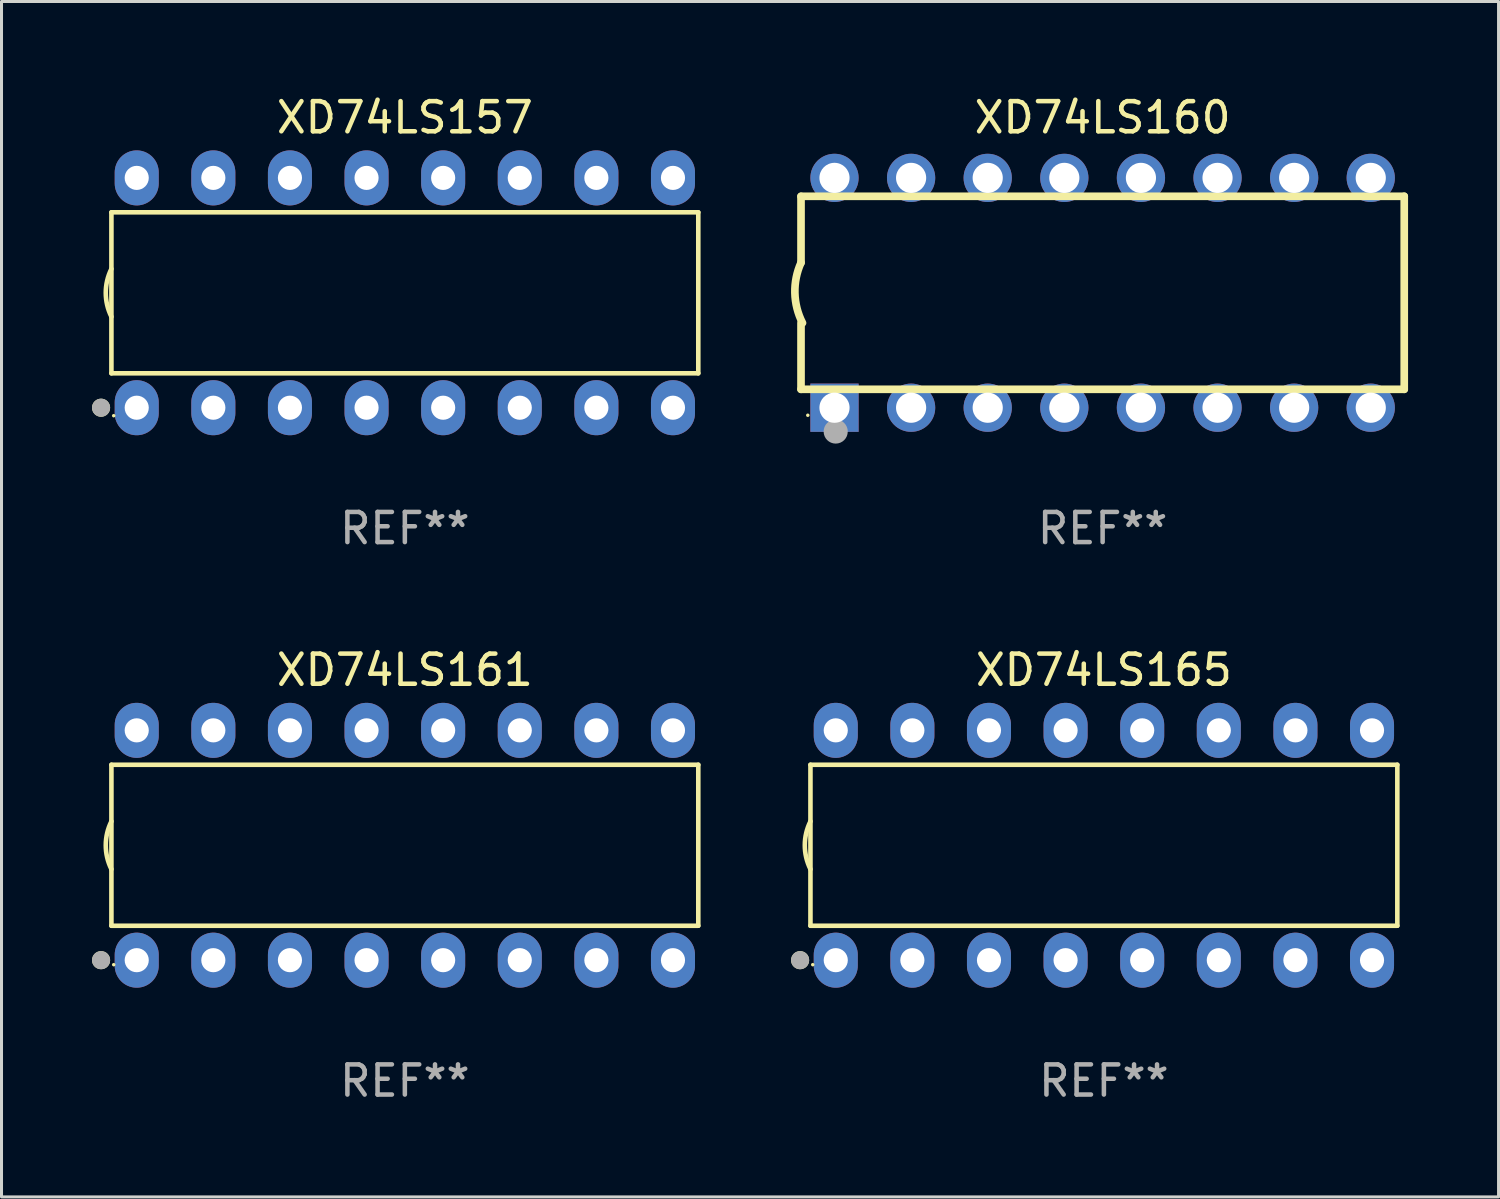
<source format=kicad_pcb>
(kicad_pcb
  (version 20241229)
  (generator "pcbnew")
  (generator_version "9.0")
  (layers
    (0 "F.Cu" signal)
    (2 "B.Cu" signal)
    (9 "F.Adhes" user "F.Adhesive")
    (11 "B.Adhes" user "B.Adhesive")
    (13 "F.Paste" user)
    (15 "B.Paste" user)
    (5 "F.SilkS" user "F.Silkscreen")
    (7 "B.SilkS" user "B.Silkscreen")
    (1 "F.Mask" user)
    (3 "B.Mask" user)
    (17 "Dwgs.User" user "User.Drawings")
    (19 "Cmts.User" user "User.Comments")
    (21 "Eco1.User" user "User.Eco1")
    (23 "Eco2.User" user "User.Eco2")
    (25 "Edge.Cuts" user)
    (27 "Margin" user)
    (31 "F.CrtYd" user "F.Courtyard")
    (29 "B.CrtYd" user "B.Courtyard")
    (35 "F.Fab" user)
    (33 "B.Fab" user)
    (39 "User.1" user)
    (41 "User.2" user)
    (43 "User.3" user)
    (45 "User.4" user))
  (footprint "XD74LS157"
    (layer "F.Cu")
    (at 10.373 6.658)
    (property "Reference" "XD74LS157" (at 0 -5.81 0) (layer "F.SilkS") (effects (font (size 1 1) (thickness 0.15))))
    (attr through_hole)
    (fp_line (start -9.729 -2.669) (end 9.729 -2.669) (stroke (width 0.152) (type solid)) (layer "F.SilkS"))
    (fp_line (start -9.729 2.669) (end -9.729 -2.669) (stroke (width 0.152) (type solid)) (layer "F.SilkS"))
    (fp_line (start 9.729 -2.669) (end 9.729 2.669) (stroke (width 0.152) (type solid)) (layer "F.SilkS"))
    (fp_line (start 9.729 2.669) (end -9.729 2.669) (stroke (width 0.152) (type solid)) (layer "F.SilkS"))
    (fp_arc (start -9.728727 0.793751) (mid -9.916106 0) (end -9.728727 -0.793752) (stroke (width 0.1524) (type solid)) (layer "F.SilkS"))
    (fp_circle (center -10.072 3.81) (end -9.922 3.81) (stroke (width 0.3) (type solid)) (fill no) (layer "F.SilkS"))
    (fp_circle (center -9.653 4.075) (end -9.623 4.075) (stroke (width 0.06) (type solid)) (fill no) (layer "F.SilkS"))
    (fp_circle (center -10.072 3.81) (end -9.922 3.81) (stroke (width 0.3) (type solid)) (fill no) (layer "F.Fab"))
    (fp_text user "REF**" (at 0 7.81 0) (layer "F.Fab") (effects (font (size 1 1) (thickness 0.15))))
    (pad "1" thru_hole oval (at -8.89 3.81) (size 1.46 1.825) (drill 0.8) (layers "*.Cu" "*.Mask"))
    (pad "2" thru_hole oval (at -6.35 3.81) (size 1.46 1.825) (drill 0.8) (layers "*.Cu" "*.Mask"))
    (pad "3" thru_hole oval (at -3.81 3.81) (size 1.46 1.825) (drill 0.8) (layers "*.Cu" "*.Mask"))
    (pad "4" thru_hole oval (at -1.27 3.81) (size 1.46 1.825) (drill 0.8) (layers "*.Cu" "*.Mask"))
    (pad "5" thru_hole oval (at 1.27 3.81) (size 1.46 1.825) (drill 0.8) (layers "*.Cu" "*.Mask"))
    (pad "6" thru_hole oval (at 3.81 3.81) (size 1.46 1.825) (drill 0.8) (layers "*.Cu" "*.Mask"))
    (pad "7" thru_hole oval (at 6.35 3.81) (size 1.46 1.825) (drill 0.8) (layers "*.Cu" "*.Mask"))
    (pad "8" thru_hole oval (at 8.89 3.81) (size 1.46 1.825) (drill 0.8) (layers "*.Cu" "*.Mask"))
    (pad "9" thru_hole oval (at 8.89 -3.81) (size 1.46 1.825) (drill 0.8) (layers "*.Cu" "*.Mask"))
    (pad "10" thru_hole oval (at 6.35 -3.81) (size 1.46 1.825) (drill 0.8) (layers "*.Cu" "*.Mask"))
    (pad "11" thru_hole oval (at 3.81 -3.81) (size 1.46 1.825) (drill 0.8) (layers "*.Cu" "*.Mask"))
    (pad "12" thru_hole oval (at 1.27 -3.81) (size 1.46 1.825) (drill 0.8) (layers "*.Cu" "*.Mask"))
    (pad "13" thru_hole oval (at -1.27 -3.81) (size 1.46 1.825) (drill 0.8) (layers "*.Cu" "*.Mask"))
    (pad "14" thru_hole oval (at -3.81 -3.81) (size 1.46 1.825) (drill 0.8) (layers "*.Cu" "*.Mask"))
    (pad "15" thru_hole oval (at -6.35 -3.81) (size 1.46 1.825) (drill 0.8) (layers "*.Cu" "*.Mask"))
    (pad "16" thru_hole oval (at -8.89 -3.81) (size 1.46 1.825) (drill 0.8) (layers "*.Cu" "*.Mask")))
  (footprint "XD74LS160"
    (layer "F.Cu")
    (at 33.508 6.658)
    (property "Reference" "XD74LS160" (at 0 -5.81 0) (layer "F.SilkS") (effects (font (size 1 1) (thickness 0.15))))
    (attr through_hole)
    (fp_line (start -10 -0.998) (end -10 -3.198) (stroke (width 0.254) (type solid)) (layer "F.SilkS"))
    (fp_line (start -10 3.2) (end -10 1) (stroke (width 0.254) (type solid)) (layer "F.SilkS"))
    (fp_line (start 10 -3.2) (end -10 -3.2) (stroke (width 0.254) (type solid)) (layer "F.SilkS"))
    (fp_line (start 10 3.2) (end -10 3.2) (stroke (width 0.254) (type solid)) (layer "F.SilkS"))
    (fp_line (start 10 3.2) (end 10 -3.2) (stroke (width 0.254) (type solid)) (layer "F.SilkS"))
    (fp_arc (start -9.949975 0.999974) (mid -10.203153 0.005693) (end -9.999987 -1) (stroke (width 0.254001) (type solid)) (layer "F.SilkS"))
    (fp_circle (center -9.775 4.06) (end -9.745 4.06) (stroke (width 0.06) (type solid)) (fill no) (layer "F.SilkS"))
    (fp_circle (center -8.85 4.6) (end -8.65 4.6) (stroke (width 0.4) (type solid)) (fill no) (layer "F.Fab"))
    (fp_text user "REF**" (at 0 7.81 0) (layer "F.Fab") (effects (font (size 1 1) (thickness 0.15))))
    (pad "1" thru_hole rect (at -8.89 3.81 90) (size 1.6 1.6) (drill 1) (layers "*.Cu" "*.Mask"))
    (pad "2" thru_hole circle (at -6.35 3.81) (size 1.6 1.6) (drill 1) (layers "*.Cu" "*.Mask"))
    (pad "3" thru_hole circle (at -3.81 3.81) (size 1.6 1.6) (drill 1) (layers "*.Cu" "*.Mask"))
    (pad "4" thru_hole circle (at -1.27 3.81) (size 1.6 1.6) (drill 1) (layers "*.Cu" "*.Mask"))
    (pad "5" thru_hole circle (at 1.27 3.81) (size 1.6 1.6) (drill 1) (layers "*.Cu" "*.Mask"))
    (pad "6" thru_hole circle (at 3.81 3.81) (size 1.6 1.6) (drill 1) (layers "*.Cu" "*.Mask"))
    (pad "7" thru_hole circle (at 6.35 3.81) (size 1.6 1.6) (drill 1) (layers "*.Cu" "*.Mask"))
    (pad "8" thru_hole circle (at 8.89 3.81) (size 1.6 1.6) (drill 1) (layers "*.Cu" "*.Mask"))
    (pad "9" thru_hole circle (at 8.89 -3.81) (size 1.6 1.6) (drill 1) (layers "*.Cu" "*.Mask"))
    (pad "10" thru_hole circle (at 6.35 -3.81) (size 1.6 1.6) (drill 1) (layers "*.Cu" "*.Mask"))
    (pad "11" thru_hole circle (at 3.81 -3.81) (size 1.6 1.6) (drill 1) (layers "*.Cu" "*.Mask"))
    (pad "12" thru_hole circle (at 1.27 -3.81) (size 1.6 1.6) (drill 1) (layers "*.Cu" "*.Mask"))
    (pad "13" thru_hole circle (at -1.27 -3.81) (size 1.6 1.6) (drill 1) (layers "*.Cu" "*.Mask"))
    (pad "14" thru_hole circle (at -3.81 -3.81) (size 1.6 1.6) (drill 1) (layers "*.Cu" "*.Mask"))
    (pad "15" thru_hole circle (at -6.35 -3.81) (size 1.6 1.6) (drill 1) (layers "*.Cu" "*.Mask"))
    (pad "16" thru_hole circle (at -8.89 -3.81) (size 1.6 1.6) (drill 1) (layers "*.Cu" "*.Mask")))
  (footprint "XD74LS165"
    (layer "F.Cu")
    (at 33.55 24.975)
    (property "Reference" "XD74LS165" (at 0 -5.81 0) (layer "F.SilkS") (effects (font (size 1 1) (thickness 0.15))))
    (attr through_hole)
    (fp_line (start -9.729 -2.669) (end 9.729 -2.669) (stroke (width 0.152) (type solid)) (layer "F.SilkS"))
    (fp_line (start -9.729 2.669) (end -9.729 -2.669) (stroke (width 0.152) (type solid)) (layer "F.SilkS"))
    (fp_line (start 9.729 -2.669) (end 9.729 2.669) (stroke (width 0.152) (type solid)) (layer "F.SilkS"))
    (fp_line (start 9.729 2.669) (end -9.729 2.669) (stroke (width 0.152) (type solid)) (layer "F.SilkS"))
    (fp_arc (start -9.728727 0.793751) (mid -9.916106 0) (end -9.728727 -0.793752) (stroke (width 0.1524) (type solid)) (layer "F.SilkS"))
    (fp_circle (center -10.072 3.81) (end -9.922 3.81) (stroke (width 0.3) (type solid)) (fill no) (layer "F.SilkS"))
    (fp_circle (center -9.653 3.96) (end -9.623 3.96) (stroke (width 0.06) (type solid)) (fill no) (layer "F.SilkS"))
    (fp_circle (center -10.072 3.81) (end -9.922 3.81) (stroke (width 0.3) (type solid)) (fill no) (layer "F.Fab"))
    (fp_text user "REF**" (at 0 7.81 0) (layer "F.Fab") (effects (font (size 1 1) (thickness 0.15))))
    (pad "1" thru_hole oval (at -8.89 3.81) (size 1.46 1.825) (drill 0.8) (layers "*.Cu" "*.Mask"))
    (pad "2" thru_hole oval (at -6.35 3.81) (size 1.46 1.825) (drill 0.8) (layers "*.Cu" "*.Mask"))
    (pad "3" thru_hole oval (at -3.81 3.81) (size 1.46 1.825) (drill 0.8) (layers "*.Cu" "*.Mask"))
    (pad "4" thru_hole oval (at -1.27 3.81) (size 1.46 1.825) (drill 0.8) (layers "*.Cu" "*.Mask"))
    (pad "5" thru_hole oval (at 1.27 3.81) (size 1.46 1.825) (drill 0.8) (layers "*.Cu" "*.Mask"))
    (pad "6" thru_hole oval (at 3.81 3.81) (size 1.46 1.825) (drill 0.8) (layers "*.Cu" "*.Mask"))
    (pad "7" thru_hole oval (at 6.35 3.81) (size 1.46 1.825) (drill 0.8) (layers "*.Cu" "*.Mask"))
    (pad "8" thru_hole oval (at 8.89 3.81) (size 1.46 1.825) (drill 0.8) (layers "*.Cu" "*.Mask"))
    (pad "9" thru_hole oval (at 8.89 -3.81) (size 1.46 1.825) (drill 0.8) (layers "*.Cu" "*.Mask"))
    (pad "10" thru_hole oval (at 6.35 -3.81) (size 1.46 1.825) (drill 0.8) (layers "*.Cu" "*.Mask"))
    (pad "11" thru_hole oval (at 3.81 -3.81) (size 1.46 1.825) (drill 0.8) (layers "*.Cu" "*.Mask"))
    (pad "12" thru_hole oval (at 1.27 -3.81) (size 1.46 1.825) (drill 0.8) (layers "*.Cu" "*.Mask"))
    (pad "13" thru_hole oval (at -1.27 -3.81) (size 1.46 1.825) (drill 0.8) (layers "*.Cu" "*.Mask"))
    (pad "14" thru_hole oval (at -3.81 -3.81) (size 1.46 1.825) (drill 0.8) (layers "*.Cu" "*.Mask"))
    (pad "15" thru_hole oval (at -6.35 -3.81) (size 1.46 1.825) (drill 0.8) (layers "*.Cu" "*.Mask"))
    (pad "16" thru_hole oval (at -8.89 -3.81) (size 1.46 1.825) (drill 0.8) (layers "*.Cu" "*.Mask")))
  (footprint "XD74LS161"
    (layer "F.Cu")
    (at 10.373 24.975)
    (property "Reference" "XD74LS161" (at 0 -5.81 0) (layer "F.SilkS") (effects (font (size 1 1) (thickness 0.15))))
    (attr through_hole)
    (fp_line (start -9.729 -2.669) (end 9.729 -2.669) (stroke (width 0.152) (type solid)) (layer "F.SilkS"))
    (fp_line (start -9.729 2.669) (end -9.729 -2.669) (stroke (width 0.152) (type solid)) (layer "F.SilkS"))
    (fp_line (start 9.729 -2.669) (end 9.729 2.669) (stroke (width 0.152) (type solid)) (layer "F.SilkS"))
    (fp_line (start 9.729 2.669) (end -9.729 2.669) (stroke (width 0.152) (type solid)) (layer "F.SilkS"))
    (fp_arc (start -9.728727 0.793751) (mid -9.916106 0) (end -9.728727 -0.793752) (stroke (width 0.1524) (type solid)) (layer "F.SilkS"))
    (fp_circle (center -10.072 3.81) (end -9.922 3.81) (stroke (width 0.3) (type solid)) (fill no) (layer "F.SilkS"))
    (fp_circle (center -9.653 3.96) (end -9.623 3.96) (stroke (width 0.06) (type solid)) (fill no) (layer "F.SilkS"))
    (fp_circle (center -10.072 3.81) (end -9.922 3.81) (stroke (width 0.3) (type solid)) (fill no) (layer "F.Fab"))
    (fp_text user "REF**" (at 0 7.81 0) (layer "F.Fab") (effects (font (size 1 1) (thickness 0.15))))
    (pad "1" thru_hole oval (at -8.89 3.81) (size 1.46 1.825) (drill 0.8) (layers "*.Cu" "*.Mask"))
    (pad "2" thru_hole oval (at -6.35 3.81) (size 1.46 1.825) (drill 0.8) (layers "*.Cu" "*.Mask"))
    (pad "3" thru_hole oval (at -3.81 3.81) (size 1.46 1.825) (drill 0.8) (layers "*.Cu" "*.Mask"))
    (pad "4" thru_hole oval (at -1.27 3.81) (size 1.46 1.825) (drill 0.8) (layers "*.Cu" "*.Mask"))
    (pad "5" thru_hole oval (at 1.27 3.81) (size 1.46 1.825) (drill 0.8) (layers "*.Cu" "*.Mask"))
    (pad "6" thru_hole oval (at 3.81 3.81) (size 1.46 1.825) (drill 0.8) (layers "*.Cu" "*.Mask"))
    (pad "7" thru_hole oval (at 6.35 3.81) (size 1.46 1.825) (drill 0.8) (layers "*.Cu" "*.Mask"))
    (pad "8" thru_hole oval (at 8.89 3.81) (size 1.46 1.825) (drill 0.8) (layers "*.Cu" "*.Mask"))
    (pad "9" thru_hole oval (at 8.89 -3.81) (size 1.46 1.825) (drill 0.8) (layers "*.Cu" "*.Mask"))
    (pad "10" thru_hole oval (at 6.35 -3.81) (size 1.46 1.825) (drill 0.8) (layers "*.Cu" "*.Mask"))
    (pad "11" thru_hole oval (at 3.81 -3.81) (size 1.46 1.825) (drill 0.8) (layers "*.Cu" "*.Mask"))
    (pad "12" thru_hole oval (at 1.27 -3.81) (size 1.46 1.825) (drill 0.8) (layers "*.Cu" "*.Mask"))
    (pad "13" thru_hole oval (at -1.27 -3.81) (size 1.46 1.825) (drill 0.8) (layers "*.Cu" "*.Mask"))
    (pad "14" thru_hole oval (at -3.81 -3.81) (size 1.46 1.825) (drill 0.8) (layers "*.Cu" "*.Mask"))
    (pad "15" thru_hole oval (at -6.35 -3.81) (size 1.46 1.825) (drill 0.8) (layers "*.Cu" "*.Mask"))
    (pad "16" thru_hole oval (at -8.89 -3.81) (size 1.46 1.825) (drill 0.8) (layers "*.Cu" "*.Mask")))
  (gr_rect
    (start -3 -3)
    (end 46.635 36.633)
    (stroke (width 0.1) (type default))
    (fill no)
    (layer "Edge.Cuts")))
</source>
